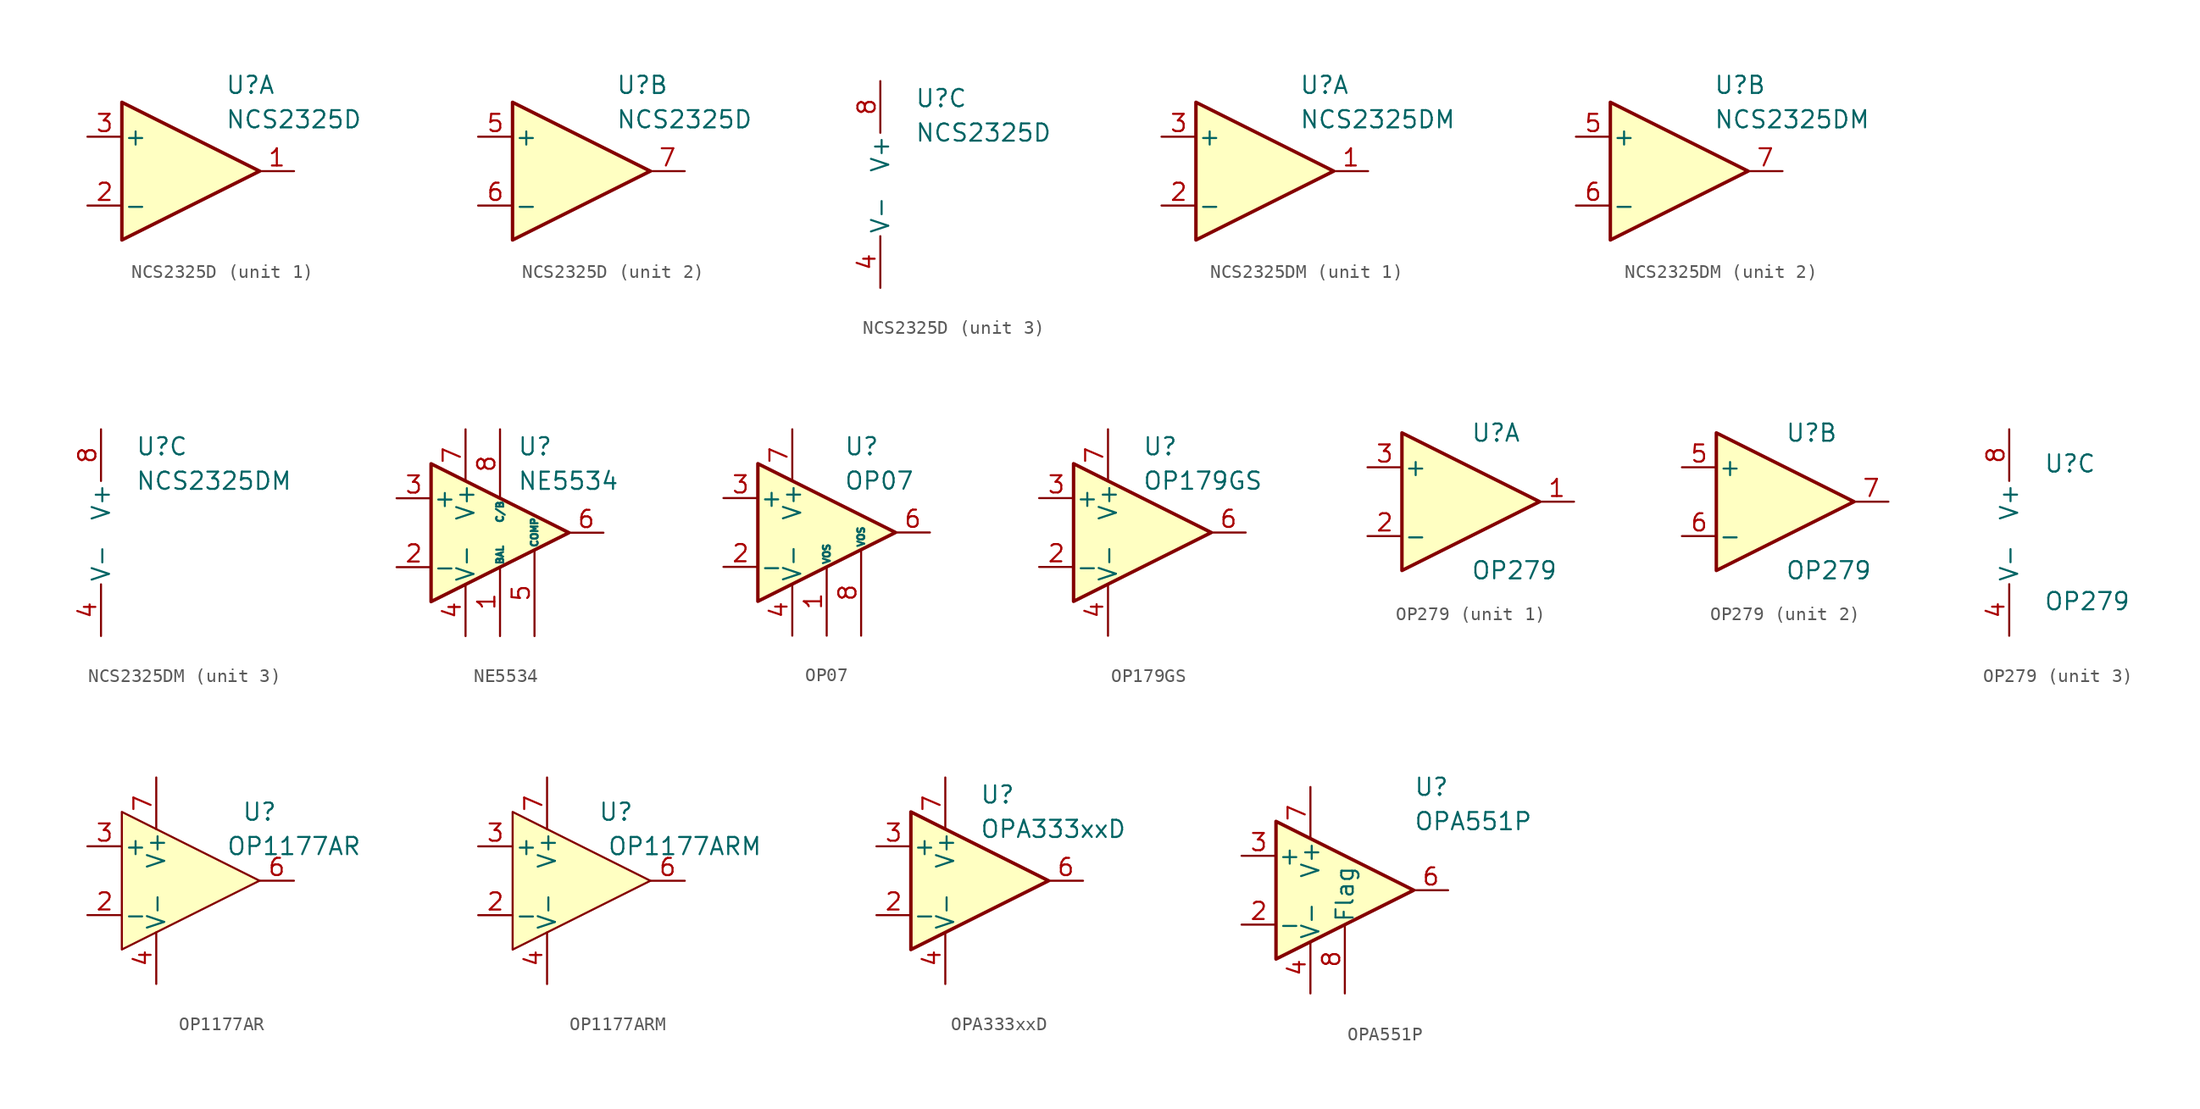
<source format=kicad_sym>
(kicad_symbol_lib
  (version 20241209)
  (generator "kicad_symbol_editor")
  (generator_version "9.0")
  (symbol "NCS2325D"
    (pin_names
      (offset 0.127))
    (property "Reference" "U"
      (at 2.54 6.35 0)
      (effects (font (size 1.27 1.27)) (justify left)))
    (property "Value" "NCS2325D"
      (at 2.54 3.81 0)
      (effects (font (size 1.27 1.27)) (justify left)))
    (property "ki_locked" ""
      (at 0 0 0)
      (effects (font (size 1.27 1.27))))
    (symbol "NCS2325D_1_1"
      (polyline (pts (xy 5.08 0) (xy -5.08 5.08) (xy -5.08 -5.08) (xy 5.08 0)) (stroke (width 0.254) (type default)) (fill (type background)))
      (pin input line (at -7.62 2.54 0) (length 2.54) (name "+" (effects (font (size 1.27 1.27)))) (number "3" (effects (font (size 1.27 1.27)))))
      (pin input line (at -7.62 -2.54 0) (length 2.54) (name "-" (effects (font (size 1.27 1.27)))) (number "2" (effects (font (size 1.27 1.27)))))
      (pin output line (at 7.62 0 180) (length 2.54) (name "~" (effects (font (size 1.27 1.27)))) (number "1" (effects (font (size 1.27 1.27))))))
    (symbol "NCS2325D_2_1"
      (polyline (pts (xy 5.08 0) (xy -5.08 5.08) (xy -5.08 -5.08) (xy 5.08 0)) (stroke (width 0.254) (type default)) (fill (type background)))
      (pin input line (at -7.62 2.54 0) (length 2.54) (name "+" (effects (font (size 1.27 1.27)))) (number "5" (effects (font (size 1.27 1.27)))))
      (pin input line (at -7.62 -2.54 0) (length 2.54) (name "-" (effects (font (size 1.27 1.27)))) (number "6" (effects (font (size 1.27 1.27)))))
      (pin output line (at 7.62 0 180) (length 2.54) (name "~" (effects (font (size 1.27 1.27)))) (number "7" (effects (font (size 1.27 1.27))))))
    (symbol "NCS2325D_3_1"
      (pin power_in line (at 0 7.62 270) (length 3.81) (name "V+" (effects (font (size 1.27 1.27)))) (number "8" (effects (font (size 1.27 1.27)))))
      (pin power_in line (at 0 -7.62 90) (length 3.81) (name "V-" (effects (font (size 1.27 1.27)))) (number "4" (effects (font (size 1.27 1.27)))))))
  (symbol "NCS2325DM"
    (pin_names
      (offset 0.127))
    (property "Reference" "U"
      (at 2.54 6.35 0)
      (effects (font (size 1.27 1.27)) (justify left)))
    (property "Value" "NCS2325DM"
      (at 2.54 3.81 0)
      (effects (font (size 1.27 1.27)) (justify left)))
    (property "ki_locked" ""
      (at 0 0 0)
      (effects (font (size 1.27 1.27))))
    (symbol "NCS2325DM_1_1"
      (polyline (pts (xy 5.08 0) (xy -5.08 5.08) (xy -5.08 -5.08) (xy 5.08 0)) (stroke (width 0.254) (type default)) (fill (type background)))
      (pin input line (at -7.62 2.54 0) (length 2.54) (name "+" (effects (font (size 1.27 1.27)))) (number "3" (effects (font (size 1.27 1.27)))))
      (pin input line (at -7.62 -2.54 0) (length 2.54) (name "-" (effects (font (size 1.27 1.27)))) (number "2" (effects (font (size 1.27 1.27)))))
      (pin output line (at 7.62 0 180) (length 2.54) (name "~" (effects (font (size 1.27 1.27)))) (number "1" (effects (font (size 1.27 1.27))))))
    (symbol "NCS2325DM_2_1"
      (polyline (pts (xy 5.08 0) (xy -5.08 5.08) (xy -5.08 -5.08) (xy 5.08 0)) (stroke (width 0.254) (type default)) (fill (type background)))
      (pin input line (at -7.62 2.54 0) (length 2.54) (name "+" (effects (font (size 1.27 1.27)))) (number "5" (effects (font (size 1.27 1.27)))))
      (pin input line (at -7.62 -2.54 0) (length 2.54) (name "-" (effects (font (size 1.27 1.27)))) (number "6" (effects (font (size 1.27 1.27)))))
      (pin output line (at 7.62 0 180) (length 2.54) (name "~" (effects (font (size 1.27 1.27)))) (number "7" (effects (font (size 1.27 1.27))))))
    (symbol "NCS2325DM_3_1"
      (pin power_in line (at 0 7.62 270) (length 3.81) (name "V+" (effects (font (size 1.27 1.27)))) (number "8" (effects (font (size 1.27 1.27)))))
      (pin power_in line (at 0 -7.62 90) (length 3.81) (name "V-" (effects (font (size 1.27 1.27)))) (number "4" (effects (font (size 1.27 1.27)))))))
  (symbol "NE5534"
    (pin_names
      (offset 0.127))
    (property "Reference" "U"
      (at 1.27 6.35 0)
      (effects (font (size 1.27 1.27)) (justify left)))
    (property "Value" "NE5534"
      (at 1.27 3.81 0)
      (effects (font (size 1.27 1.27)) (justify left)))
    (symbol "NE5534_0_1"
      (polyline (pts (xy -5.08 5.08) (xy 5.08 0) (xy -5.08 -5.08) (xy -5.08 5.08)) (stroke (width 0.254) (type default)) (fill (type background))))
    (symbol "NE5534_1_1"
      (pin input line (at -7.62 2.54 0) (length 2.54) (name "+" (effects (font (size 1.27 1.27)))) (number "3" (effects (font (size 1.27 1.27)))))
      (pin input line (at -7.62 -2.54 0) (length 2.54) (name "-" (effects (font (size 1.27 1.27)))) (number "2" (effects (font (size 1.27 1.27)))))
      (pin power_in line (at -2.54 7.62 270) (length 3.81) (name "V+" (effects (font (size 1.27 1.27)))) (number "7" (effects (font (size 1.27 1.27)))))
      (pin power_in line (at -2.54 -7.62 90) (length 3.81) (name "V-" (effects (font (size 1.27 1.27)))) (number "4" (effects (font (size 1.27 1.27)))))
      (pin input line (at 0 7.62 270) (length 5.08) (name "C/B" (effects (font (size 0.508 0.508)))) (number "8" (effects (font (size 1.27 1.27)))))
      (pin input line (at 0 -7.62 90) (length 5.08) (name "BAL" (effects (font (size 0.508 0.508)))) (number "1" (effects (font (size 1.27 1.27)))))
      (pin input line (at 2.54 -7.62 90) (length 6.35) (name "COMP" (effects (font (size 0.508 0.508)))) (number "5" (effects (font (size 1.27 1.27)))))
      (pin output line (at 7.62 0 180) (length 2.54) (name "~" (effects (font (size 1.27 1.27)))) (number "6" (effects (font (size 1.27 1.27)))))))
  (symbol "OP07"
    (pin_names
      (offset 0.127))
    (property "Reference" "U"
      (at 1.27 6.35 0)
      (effects (font (size 1.27 1.27)) (justify left)))
    (property "Value" "OP07"
      (at 1.27 3.81 0)
      (effects (font (size 1.27 1.27)) (justify left)))
    (symbol "OP07_0_1"
      (polyline (pts (xy -5.08 5.08) (xy 5.08 0) (xy -5.08 -5.08) (xy -5.08 5.08)) (stroke (width 0.254) (type default)) (fill (type background))))
    (symbol "OP07_1_1"
      (pin input line (at -7.62 2.54 0) (length 2.54) (name "+" (effects (font (size 1.27 1.27)))) (number "3" (effects (font (size 1.27 1.27)))))
      (pin input line (at -7.62 -2.54 0) (length 2.54) (name "-" (effects (font (size 1.27 1.27)))) (number "2" (effects (font (size 1.27 1.27)))))
      (pin power_in line (at -2.54 7.62 270) (length 3.81) (name "V+" (effects (font (size 1.27 1.27)))) (number "7" (effects (font (size 1.27 1.27)))))
      (pin power_in line (at -2.54 -7.62 90) (length 3.81) (name "V-" (effects (font (size 1.27 1.27)))) (number "4" (effects (font (size 1.27 1.27)))))
      (pin no_connect line (at 0 2.54 270) (length 2.54) (hide yes) (name "NC" (effects (font (size 1.27 1.27)))) (number "5" (effects (font (size 1.27 1.27)))))
      (pin input line (at 0 -7.62 90) (length 5.08) (name "VOS" (effects (font (size 0.508 0.508)))) (number "1" (effects (font (size 1.27 1.27)))))
      (pin input line (at 2.54 -7.62 90) (length 6.35) (name "VOS" (effects (font (size 0.508 0.508)))) (number "8" (effects (font (size 1.27 1.27)))))
      (pin output line (at 7.62 0 180) (length 2.54) (name "~" (effects (font (size 1.27 1.27)))) (number "6" (effects (font (size 1.27 1.27)))))))
  (symbol "OP179GS"
    (pin_names
      (offset 0.127))
    (property "Reference" "U"
      (at 0 6.35 0)
      (effects (font (size 1.27 1.27)) (justify left)))
    (property "Value" "OP179GS"
      (at 0 3.81 0)
      (effects (font (size 1.27 1.27)) (justify left)))
    (symbol "OP179GS_0_1"
      (polyline (pts (xy -5.08 5.08) (xy 5.08 0) (xy -5.08 -5.08) (xy -5.08 5.08)) (stroke (width 0.254) (type default)) (fill (type background))))
    (symbol "OP179GS_1_1"
      (pin input line (at -7.62 2.54 0) (length 2.54) (name "+" (effects (font (size 1.27 1.27)))) (number "3" (effects (font (size 1.27 1.27)))))
      (pin input line (at -7.62 -2.54 0) (length 2.54) (name "-" (effects (font (size 1.27 1.27)))) (number "2" (effects (font (size 1.27 1.27)))))
      (pin no_connect line (at -5.08 -2.54 90) (length 2.54) (hide yes) (name "NC" (effects (font (size 1.27 1.27)))) (number "1" (effects (font (size 1.27 1.27)))))
      (pin power_in line (at -2.54 7.62 270) (length 3.81) (name "V+" (effects (font (size 1.27 1.27)))) (number "7" (effects (font (size 1.27 1.27)))))
      (pin no_connect line (at -2.54 -2.54 90) (length 2.54) (hide yes) (name "NC" (effects (font (size 1.27 1.27)))) (number "5" (effects (font (size 1.27 1.27)))))
      (pin power_in line (at -2.54 -7.62 90) (length 3.81) (name "V-" (effects (font (size 1.27 1.27)))) (number "4" (effects (font (size 1.27 1.27)))))
      (pin no_connect line (at 0 -2.54 90) (length 2.54) (hide yes) (name "NC" (effects (font (size 1.27 1.27)))) (number "8" (effects (font (size 1.27 1.27)))))
      (pin output line (at 7.62 0 180) (length 2.54) (name "~" (effects (font (size 1.27 1.27)))) (number "6" (effects (font (size 1.27 1.27)))))))
  (symbol "OP279"
    (pin_names
      (offset 0.127))
    (property "Reference" "U"
      (at 0 5.08 0)
      (effects (font (size 1.27 1.27)) (justify left)))
    (property "Value" "OP279"
      (at 0 -5.08 0)
      (effects (font (size 1.27 1.27)) (justify left)))
    (property "ki_locked" ""
      (at 0 0 0)
      (effects (font (size 1.27 1.27))))
    (symbol "OP279_1_1"
      (polyline (pts (xy -5.08 5.08) (xy 5.08 0) (xy -5.08 -5.08) (xy -5.08 5.08)) (stroke (width 0.254) (type default)) (fill (type background)))
      (pin input line (at -7.62 2.54 0) (length 2.54) (name "+" (effects (font (size 1.27 1.27)))) (number "3" (effects (font (size 1.27 1.27)))))
      (pin input line (at -7.62 -2.54 0) (length 2.54) (name "-" (effects (font (size 1.27 1.27)))) (number "2" (effects (font (size 1.27 1.27)))))
      (pin output line (at 7.62 0 180) (length 2.54) (name "~" (effects (font (size 1.27 1.27)))) (number "1" (effects (font (size 1.27 1.27))))))
    (symbol "OP279_2_1"
      (polyline (pts (xy -5.08 5.08) (xy 5.08 0) (xy -5.08 -5.08) (xy -5.08 5.08)) (stroke (width 0.254) (type default)) (fill (type background)))
      (pin input line (at -7.62 2.54 0) (length 2.54) (name "+" (effects (font (size 1.27 1.27)))) (number "5" (effects (font (size 1.27 1.27)))))
      (pin input line (at -7.62 -2.54 0) (length 2.54) (name "-" (effects (font (size 1.27 1.27)))) (number "6" (effects (font (size 1.27 1.27)))))
      (pin output line (at 7.62 0 180) (length 2.54) (name "~" (effects (font (size 1.27 1.27)))) (number "7" (effects (font (size 1.27 1.27))))))
    (symbol "OP279_3_1"
      (pin power_in line (at -2.54 7.62 270) (length 3.81) (name "V+" (effects (font (size 1.27 1.27)))) (number "8" (effects (font (size 1.27 1.27)))))
      (pin power_in line (at -2.54 -7.62 90) (length 3.81) (name "V-" (effects (font (size 1.27 1.27)))) (number "4" (effects (font (size 1.27 1.27)))))))
  (symbol "OP1177AR"
    (pin_names
      (offset 0.127))
    (property "Reference" "U"
      (at 5.08 5.08 0)
      (effects (font (size 1.27 1.27))))
    (property "Value" "OP1177AR"
      (at 7.62 2.54 0)
      (effects (font (size 1.27 1.27))))
    (symbol "OP1177AR_0_1"
      (polyline (pts (xy -5.08 5.08) (xy -5.08 -5.08) (xy 5.08 0) (xy -5.08 5.08)) (stroke (width 0) (type default)) (fill (type background))))
    (symbol "OP1177AR_1_1"
      (pin input line (at -7.62 2.54 0) (length 2.54) (name "+" (effects (font (size 1.27 1.27)))) (number "3" (effects (font (size 1.27 1.27)))))
      (pin input line (at -7.62 -2.54 0) (length 2.54) (name "-" (effects (font (size 1.27 1.27)))) (number "2" (effects (font (size 1.27 1.27)))))
      (pin no_connect line (at -5.08 0 0) (length 3.81) (hide yes) (name "NC" (effects (font (size 1.27 1.27)))) (number "1" (effects (font (size 1.27 1.27)))))
      (pin power_in line (at -2.54 7.62 270) (length 3.81) (name "V+" (effects (font (size 1.27 1.27)))) (number "7" (effects (font (size 1.27 1.27)))))
      (pin power_in line (at -2.54 -7.62 90) (length 3.81) (name "V-" (effects (font (size 1.27 1.27)))) (number "4" (effects (font (size 1.27 1.27)))))
      (pin no_connect line (at 0 2.54 270) (length 3.81) (hide yes) (name "NC" (effects (font (size 1.27 1.27)))) (number "8" (effects (font (size 1.27 1.27)))))
      (pin no_connect line (at 0 -2.54 90) (length 3.81) (hide yes) (name "NC" (effects (font (size 1.27 1.27)))) (number "5" (effects (font (size 1.27 1.27)))))
      (pin output line (at 7.62 0 180) (length 2.54) (name "~" (effects (font (size 1.27 1.27)))) (number "6" (effects (font (size 1.27 1.27)))))))
  (symbol "OP1177ARM"
    (pin_names
      (offset 0.127))
    (property "Reference" "U"
      (at 2.54 5.08 0)
      (effects (font (size 1.27 1.27))))
    (property "Value" "OP1177ARM"
      (at 7.62 2.54 0)
      (effects (font (size 1.27 1.27))))
    (symbol "OP1177ARM_0_1"
      (polyline (pts (xy -5.08 5.08) (xy -5.08 -5.08) (xy 5.08 0) (xy -5.08 5.08)) (stroke (width 0) (type default)) (fill (type background))))
    (symbol "OP1177ARM_1_1"
      (pin input line (at -7.62 2.54 0) (length 2.54) (name "+" (effects (font (size 1.27 1.27)))) (number "3" (effects (font (size 1.27 1.27)))))
      (pin input line (at -7.62 -2.54 0) (length 2.54) (name "-" (effects (font (size 1.27 1.27)))) (number "2" (effects (font (size 1.27 1.27)))))
      (pin no_connect line (at -5.08 0 0) (length 3.81) (hide yes) (name "NC" (effects (font (size 1.27 1.27)))) (number "1" (effects (font (size 1.27 1.27)))))
      (pin power_in line (at -2.54 7.62 270) (length 3.81) (name "V+" (effects (font (size 1.27 1.27)))) (number "7" (effects (font (size 1.27 1.27)))))
      (pin power_in line (at -2.54 -7.62 90) (length 3.81) (name "V-" (effects (font (size 1.27 1.27)))) (number "4" (effects (font (size 1.27 1.27)))))
      (pin no_connect line (at 0 2.54 270) (length 3.81) (hide yes) (name "NC" (effects (font (size 1.27 1.27)))) (number "8" (effects (font (size 1.27 1.27)))))
      (pin no_connect line (at 0 -2.54 90) (length 3.81) (hide yes) (name "NC" (effects (font (size 1.27 1.27)))) (number "5" (effects (font (size 1.27 1.27)))))
      (pin output line (at 7.62 0 180) (length 2.54) (name "~" (effects (font (size 1.27 1.27)))) (number "6" (effects (font (size 1.27 1.27)))))))
  (symbol "OPA333xxD"
    (pin_names
      (offset 0.127))
    (property "Reference" "U"
      (at 0 6.35 0)
      (effects (font (size 1.27 1.27)) (justify left)))
    (property "Value" "OPA333xxD"
      (at 0 3.81 0)
      (effects (font (size 1.27 1.27)) (justify left)))
    (symbol "OPA333xxD_0_1"
      (polyline (pts (xy -5.08 5.08) (xy 5.08 0) (xy -5.08 -5.08) (xy -5.08 5.08)) (stroke (width 0.254) (type default)) (fill (type background))))
    (symbol "OPA333xxD_1_1"
      (pin input line (at -7.62 2.54 0) (length 2.54) (name "+" (effects (font (size 1.27 1.27)))) (number "3" (effects (font (size 1.27 1.27)))))
      (pin input line (at -7.62 -2.54 0) (length 2.54) (name "-" (effects (font (size 1.27 1.27)))) (number "2" (effects (font (size 1.27 1.27)))))
      (pin power_in line (at -2.54 7.62 270) (length 3.81) (name "V+" (effects (font (size 1.27 1.27)))) (number "7" (effects (font (size 1.27 1.27)))))
      (pin no_connect line (at -2.54 2.54 270) (length 2.54) (hide yes) (name "NC" (effects (font (size 1.27 1.27)))) (number "1" (effects (font (size 1.27 1.27)))))
      (pin power_in line (at -2.54 -7.62 90) (length 3.81) (name "V-" (effects (font (size 1.27 1.27)))) (number "4" (effects (font (size 1.27 1.27)))))
      (pin no_connect line (at 0 2.54 270) (length 2.54) (hide yes) (name "NC" (effects (font (size 1.27 1.27)))) (number "5" (effects (font (size 1.27 1.27)))))
      (pin no_connect line (at 0 -2.54 90) (length 2.54) (hide yes) (name "NC" (effects (font (size 1.27 1.27)))) (number "8" (effects (font (size 1.27 1.27)))))
      (pin output line (at 7.62 0 180) (length 2.54) (name "~" (effects (font (size 1.27 1.27)))) (number "6" (effects (font (size 1.27 1.27)))))))
  (symbol "OPA551P"
    (pin_names
      (offset 0.127))
    (property "Reference" "U"
      (at 5.08 7.62 0)
      (effects (font (size 1.27 1.27)) (justify left)))
    (property "Value" "OPA551P"
      (at 5.08 5.08 0)
      (effects (font (size 1.27 1.27)) (justify left)))
    (symbol "OPA551P_1_1"
      (polyline (pts (xy -5.08 5.08) (xy 5.08 0) (xy -5.08 -5.08) (xy -5.08 5.08)) (stroke (width 0.254) (type default)) (fill (type background)))
      (pin input line (at -7.62 2.54 0) (length 2.54) (name "+" (effects (font (size 1.27 1.27)))) (number "3" (effects (font (size 1.27 1.27)))))
      (pin input line (at -7.62 -2.54 0) (length 2.54) (name "-" (effects (font (size 1.27 1.27)))) (number "2" (effects (font (size 1.27 1.27)))))
      (pin power_in line (at -2.54 7.62 270) (length 3.81) (name "V+" (effects (font (size 1.27 1.27)))) (number "7" (effects (font (size 1.27 1.27)))))
      (pin power_in line (at -2.54 -7.62 90) (length 3.81) (name "V-" (effects (font (size 1.27 1.27)))) (number "4" (effects (font (size 1.27 1.27)))))
      (pin no_connect line (at 0 2.54 270) (length 3.81) (hide yes) (name "NC" (effects (font (size 0.508 0.508)))) (number "1" (effects (font (size 1.27 1.27)))))
      (pin no_connect line (at 0 -2.54 90) (length 3.81) (hide yes) (name "NC" (effects (font (size 0.508 0.508)))) (number "5" (effects (font (size 1.27 1.27)))))
      (pin output line (at 0 -7.62 90) (length 5.08) (name "Flag" (effects (font (size 1.27 1.27)))) (number "8" (effects (font (size 1.27 1.27)))))
      (pin output line (at 7.62 0 180) (length 2.54) (name "~" (effects (font (size 1.27 1.27)))) (number "6" (effects (font (size 1.27 1.27))))))))
</source>
